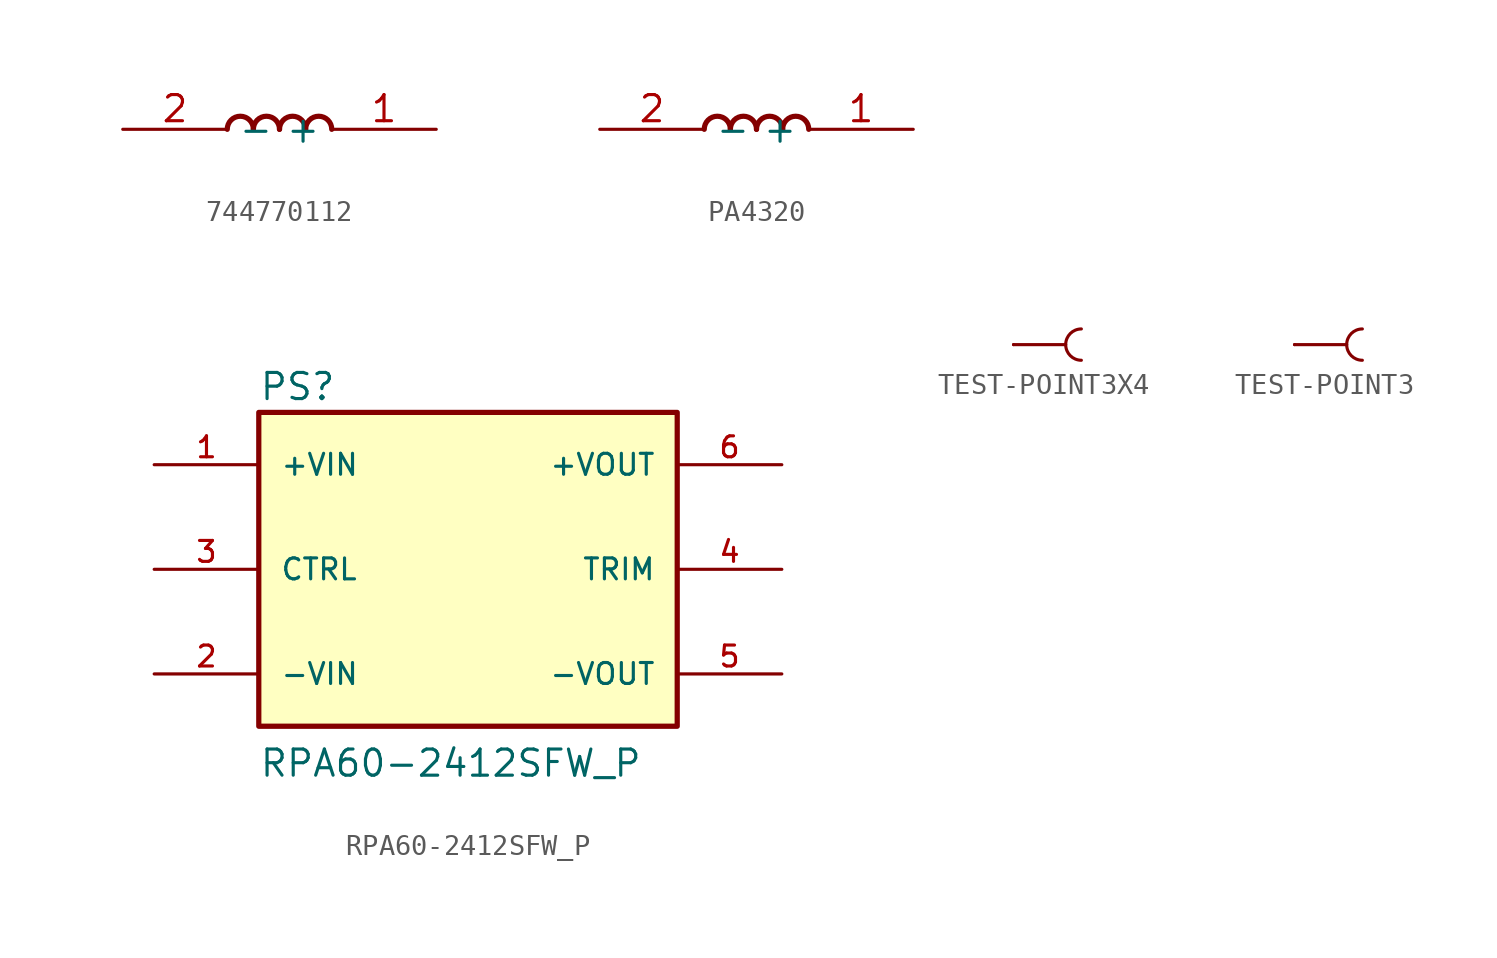
<source format=kicad_sym>
(kicad_symbol_lib
  (version 20220914)
  (generator kicad_symbol_editor)
  (symbol "744770112"
    (property "Reference" ""
      (at -2.54 1.27 0)
      (effects (font (size 1.27 1.079)) (justify left bottom) hide))
    (property "Value" ""
      (at -2.54 -2.54 0)
      (effects (font (size 1.27 1.079)) (justify left bottom)))
    (property "ki_locked" ""
      (at 0 0 0)
      (effects (font (size 1.27 1.27))))
    (symbol "744770112_1_0"
      (arc (start -1.27 0) (mid -1.905 0.6323) (end -2.54 0) (stroke (width 0.254) (type solid)) (fill (type none)))
      (arc (start 0 0) (mid -0.635 0.6323) (end -1.27 0) (stroke (width 0.254) (type solid)) (fill (type none)))
      (arc (start 1.27 0) (mid 0.635 0.6323) (end 0 0) (stroke (width 0.254) (type solid)) (fill (type none)))
      (arc (start 2.54 0) (mid 1.905 0.6323) (end 1.27 0) (stroke (width 0.254) (type solid)) (fill (type none)))
      (pin bidirectional line (at 7.62 0 180) (length 5.08) (name "+" (effects (font (size 1.27 1.27)))) (number "1" (effects (font (size 1.27 1.27)))))
      (pin bidirectional line (at -7.62 0 0) (length 5.08) (name "-" (effects (font (size 1.27 1.27)))) (number "2" (effects (font (size 1.27 1.27)))))))
  (symbol "PA4320"
    (property "Reference" ""
      (at -2.54 1.27 0)
      (effects (font (size 1.27 1.079)) (justify left bottom) hide))
    (property "Value" ""
      (at -2.54 -2.54 0)
      (effects (font (size 1.27 1.079)) (justify left bottom)))
    (property "ki_locked" ""
      (at 0 0 0)
      (effects (font (size 1.27 1.27))))
    (symbol "PA4320_1_0"
      (arc (start -1.27 0) (mid -1.905 0.6323) (end -2.54 0) (stroke (width 0.254) (type solid)) (fill (type none)))
      (arc (start 0 0) (mid -0.635 0.6323) (end -1.27 0) (stroke (width 0.254) (type solid)) (fill (type none)))
      (arc (start 1.27 0) (mid 0.635 0.6323) (end 0 0) (stroke (width 0.254) (type solid)) (fill (type none)))
      (arc (start 2.54 0) (mid 1.905 0.6323) (end 1.27 0) (stroke (width 0.254) (type solid)) (fill (type none)))
      (pin bidirectional line (at 7.62 0 180) (length 5.08) (name "+" (effects (font (size 1.27 1.27)))) (number "1" (effects (font (size 1.27 1.27)))))
      (pin bidirectional line (at -7.62 0 0) (length 5.08) (name "-" (effects (font (size 1.27 1.27)))) (number "2" (effects (font (size 1.27 1.27)))))))
  (symbol "RPA60-2412SFW_P"
    (pin_names
      (offset 1.016))
    (property "Reference" "PS"
      (at -10.16 8.128 0)
      (effects (font (size 1.27 1.27)) (justify left bottom)))
    (property "Value" "RPA60-2412SFW_P"
      (at -10.16 -10.16 0)
      (effects (font (size 1.27 1.27)) (justify left bottom)))
    (symbol "RPA60-2412SFW_P_0_0"
      (rectangle (start -10.16 -7.62) (end 10.16 7.62) (stroke (width 0.254) (type default)) (fill (type background)))
      (pin input line (at -15.24 5.08 0) (length 5.08) (name "+VIN" (effects (font (size 1.016 1.016)))) (number "1" (effects (font (size 1.016 1.016)))))
      (pin input line (at -15.24 -5.08 0) (length 5.08) (name "-VIN" (effects (font (size 1.016 1.016)))) (number "2" (effects (font (size 1.016 1.016)))))
      (pin input line (at -15.24 0 0) (length 5.08) (name "CTRL" (effects (font (size 1.016 1.016)))) (number "3" (effects (font (size 1.016 1.016)))))
      (pin passive line (at 15.24 0 180) (length 5.08) (name "TRIM" (effects (font (size 1.016 1.016)))) (number "4" (effects (font (size 1.016 1.016)))))
      (pin output line (at 15.24 -5.08 180) (length 5.08) (name "-VOUT" (effects (font (size 1.016 1.016)))) (number "5" (effects (font (size 1.016 1.016)))))
      (pin output line (at 15.24 5.08 180) (length 5.08) (name "+VOUT" (effects (font (size 1.016 1.016)))) (number "6" (effects (font (size 1.016 1.016)))))))
  (symbol "TEST-POINT3X4"
    (property "Reference" "TP"
      (at -2.54 2.54 0)
      (effects (font (size 1.778 1.778)) (justify left bottom) hide))
    (property "ki_locked" ""
      (at 0 0 0)
      (effects (font (size 1.27 1.27))))
    (symbol "TEST-POINT3X4_1_0"
      (polyline (pts (xy 2.54 0) (xy 0 0)) (stroke (width 0.152) (type solid)) (fill (type none)))
      (arc (start 3.302 0.762) (mid 2.5433 0) (end 3.302 -0.762) (stroke (width 0.1524) (type solid)) (fill (type none)))
      (pin bidirectional line (at 0 0 180) (length 0) (name "1" (effects (font (size 0 0)))) (number "P$1" (effects (font (size 0 0)))))))
  (symbol "TEST-POINT3"
    (property "Reference" "TP"
      (at -2.54 2.54 0)
      (effects (font (size 1.778 1.778)) (justify left bottom) hide))
    (property "ki_locked" ""
      (at 0 0 0)
      (effects (font (size 1.27 1.27))))
    (symbol "TEST-POINT3_1_0"
      (polyline (pts (xy 2.54 0) (xy 0 0)) (stroke (width 0.152) (type solid)) (fill (type none)))
      (arc (start 3.302 0.762) (mid 2.5433 0) (end 3.302 -0.762) (stroke (width 0.1524) (type solid)) (fill (type none)))
      (pin bidirectional line (at 0 0 180) (length 0) (name "1" (effects (font (size 0 0)))) (number "P$1" (effects (font (size 0 0))))))))
</source>
